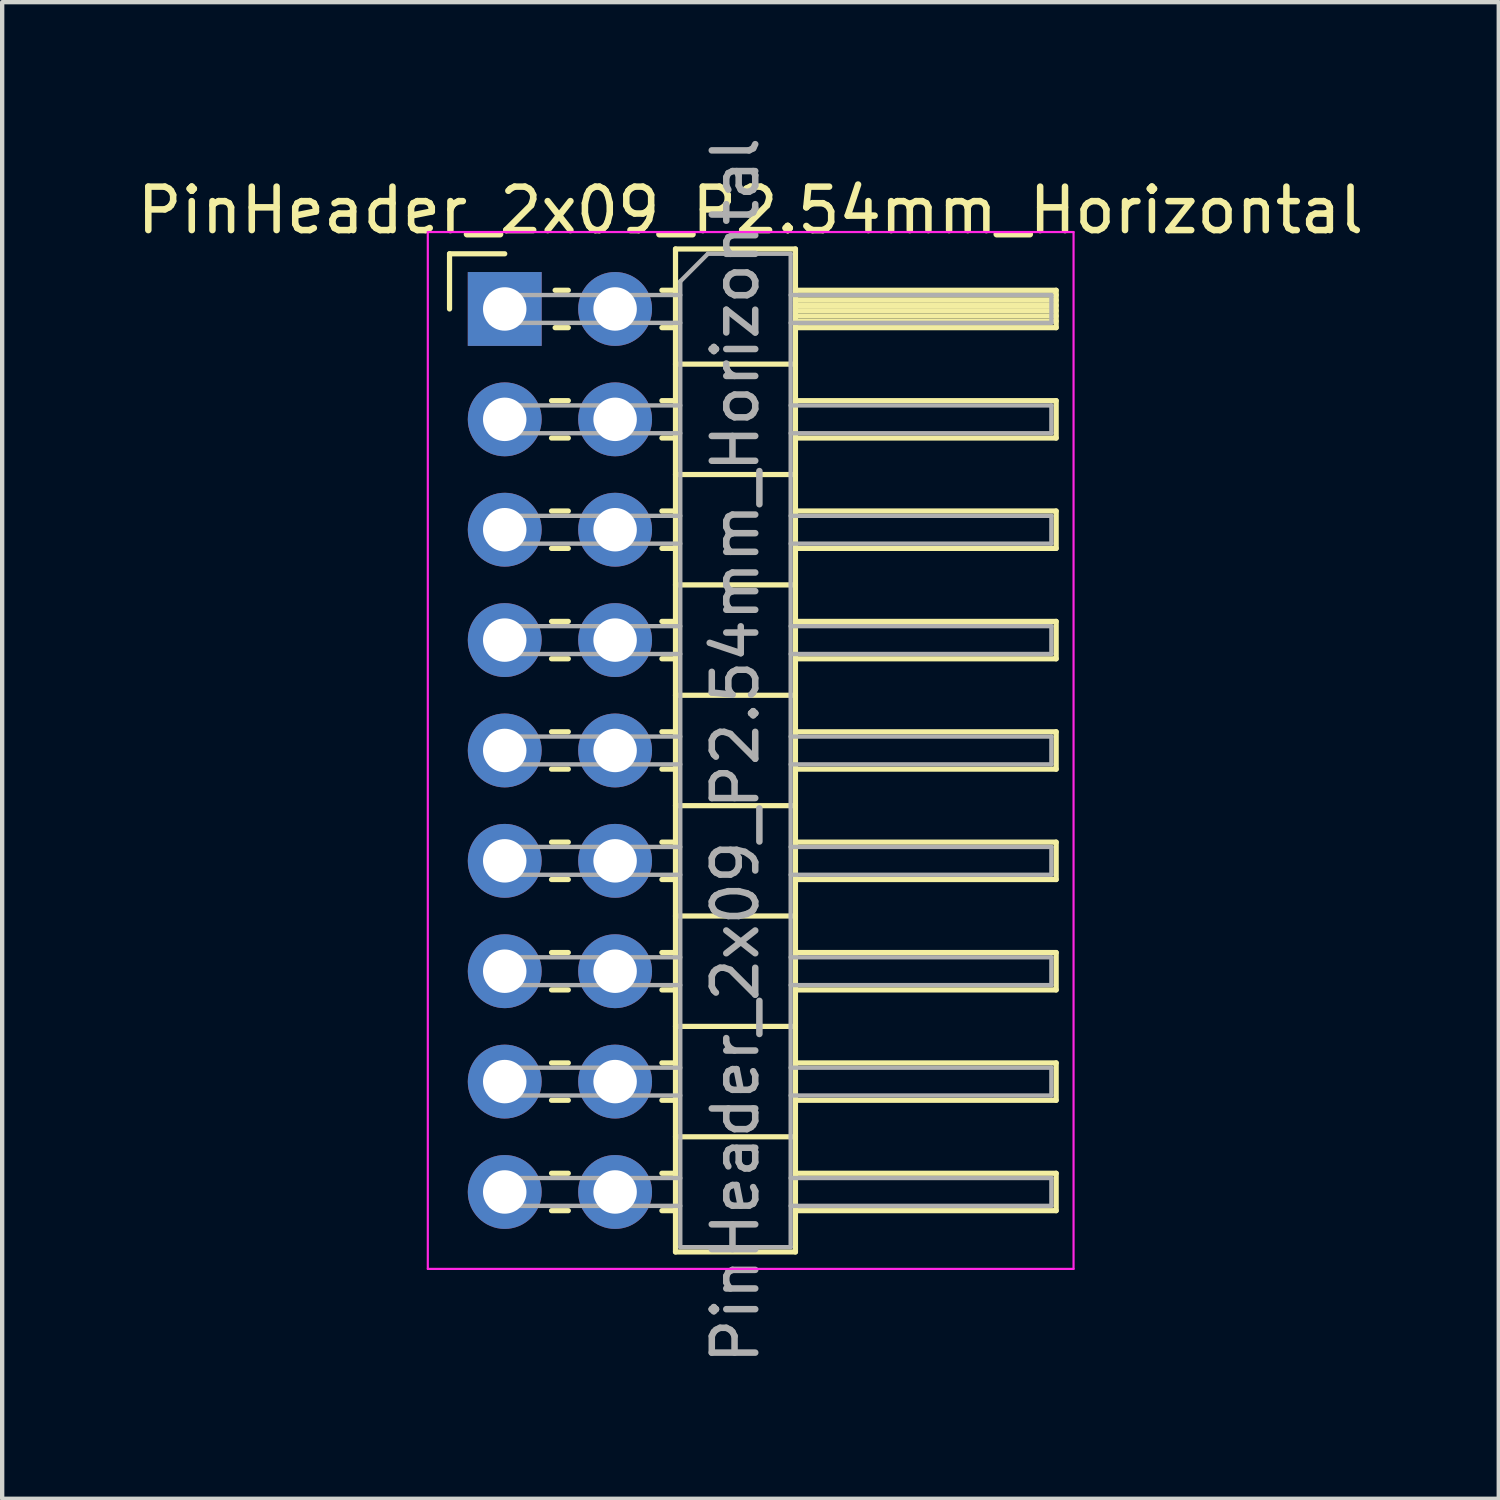
<source format=kicad_pcb>
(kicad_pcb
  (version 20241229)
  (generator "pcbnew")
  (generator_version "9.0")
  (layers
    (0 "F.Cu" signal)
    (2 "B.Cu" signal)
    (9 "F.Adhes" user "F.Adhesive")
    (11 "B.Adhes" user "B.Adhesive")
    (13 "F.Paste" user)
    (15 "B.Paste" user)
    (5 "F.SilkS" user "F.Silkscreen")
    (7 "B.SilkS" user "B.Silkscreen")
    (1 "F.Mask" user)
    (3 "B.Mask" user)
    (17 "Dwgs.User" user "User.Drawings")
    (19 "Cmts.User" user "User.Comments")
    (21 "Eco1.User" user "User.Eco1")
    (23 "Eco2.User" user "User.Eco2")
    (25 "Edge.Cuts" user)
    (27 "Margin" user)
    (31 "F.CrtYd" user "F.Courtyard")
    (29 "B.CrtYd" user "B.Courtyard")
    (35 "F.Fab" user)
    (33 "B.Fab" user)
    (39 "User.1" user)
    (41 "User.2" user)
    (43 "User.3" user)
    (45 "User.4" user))
  (footprint "PinHeader_2x09_P2.54mm_Horizontal"
    (layer "F.Cu")
    (at 8.565 4.06)
    (property "Reference" "PinHeader_2x09_P2.54mm_Horizontal" (at 5.655 -2.27 0) (layer "F.SilkS") (effects (font (size 1 1) (thickness 0.15))))
    (attr through_hole)
    (fp_line (start -1.27 -1.27) (end 0 -1.27) (stroke (width 0.12) (type solid)) (layer "F.SilkS"))
    (fp_line (start -1.27 0) (end -1.27 -1.27) (stroke (width 0.12) (type solid)) (layer "F.SilkS"))
    (fp_line (start 1.077 2.11) (end 1.463 2.11) (stroke (width 0.12) (type solid)) (layer "F.SilkS"))
    (fp_line (start 1.077 2.97) (end 1.463 2.97) (stroke (width 0.12) (type solid)) (layer "F.SilkS"))
    (fp_line (start 1.077 4.65) (end 1.463 4.65) (stroke (width 0.12) (type solid)) (layer "F.SilkS"))
    (fp_line (start 1.077 5.51) (end 1.463 5.51) (stroke (width 0.12) (type solid)) (layer "F.SilkS"))
    (fp_line (start 1.077 7.19) (end 1.463 7.19) (stroke (width 0.12) (type solid)) (layer "F.SilkS"))
    (fp_line (start 1.077 8.05) (end 1.463 8.05) (stroke (width 0.12) (type solid)) (layer "F.SilkS"))
    (fp_line (start 1.077 9.73) (end 1.463 9.73) (stroke (width 0.12) (type solid)) (layer "F.SilkS"))
    (fp_line (start 1.077 10.59) (end 1.463 10.59) (stroke (width 0.12) (type solid)) (layer "F.SilkS"))
    (fp_line (start 1.077 12.27) (end 1.463 12.27) (stroke (width 0.12) (type solid)) (layer "F.SilkS"))
    (fp_line (start 1.077 13.13) (end 1.463 13.13) (stroke (width 0.12) (type solid)) (layer "F.SilkS"))
    (fp_line (start 1.077 14.81) (end 1.463 14.81) (stroke (width 0.12) (type solid)) (layer "F.SilkS"))
    (fp_line (start 1.077 15.67) (end 1.463 15.67) (stroke (width 0.12) (type solid)) (layer "F.SilkS"))
    (fp_line (start 1.077 17.35) (end 1.463 17.35) (stroke (width 0.12) (type solid)) (layer "F.SilkS"))
    (fp_line (start 1.077 18.21) (end 1.463 18.21) (stroke (width 0.12) (type solid)) (layer "F.SilkS"))
    (fp_line (start 1.077 19.89) (end 1.463 19.89) (stroke (width 0.12) (type solid)) (layer "F.SilkS"))
    (fp_line (start 1.077 20.75) (end 1.463 20.75) (stroke (width 0.12) (type solid)) (layer "F.SilkS"))
    (fp_line (start 1.16 -0.43) (end 1.463 -0.43) (stroke (width 0.12) (type solid)) (layer "F.SilkS"))
    (fp_line (start 1.16 0.43) (end 1.463 0.43) (stroke (width 0.12) (type solid)) (layer "F.SilkS"))
    (fp_line (start 3.617 -0.43) (end 3.93 -0.43) (stroke (width 0.12) (type solid)) (layer "F.SilkS"))
    (fp_line (start 3.617 0.43) (end 3.93 0.43) (stroke (width 0.12) (type solid)) (layer "F.SilkS"))
    (fp_line (start 3.617 2.11) (end 3.93 2.11) (stroke (width 0.12) (type solid)) (layer "F.SilkS"))
    (fp_line (start 3.617 2.97) (end 3.93 2.97) (stroke (width 0.12) (type solid)) (layer "F.SilkS"))
    (fp_line (start 3.617 4.65) (end 3.93 4.65) (stroke (width 0.12) (type solid)) (layer "F.SilkS"))
    (fp_line (start 3.617 5.51) (end 3.93 5.51) (stroke (width 0.12) (type solid)) (layer "F.SilkS"))
    (fp_line (start 3.617 7.19) (end 3.93 7.19) (stroke (width 0.12) (type solid)) (layer "F.SilkS"))
    (fp_line (start 3.617 8.05) (end 3.93 8.05) (stroke (width 0.12) (type solid)) (layer "F.SilkS"))
    (fp_line (start 3.617 9.73) (end 3.93 9.73) (stroke (width 0.12) (type solid)) (layer "F.SilkS"))
    (fp_line (start 3.617 10.59) (end 3.93 10.59) (stroke (width 0.12) (type solid)) (layer "F.SilkS"))
    (fp_line (start 3.617 12.27) (end 3.93 12.27) (stroke (width 0.12) (type solid)) (layer "F.SilkS"))
    (fp_line (start 3.617 13.13) (end 3.93 13.13) (stroke (width 0.12) (type solid)) (layer "F.SilkS"))
    (fp_line (start 3.617 14.81) (end 3.93 14.81) (stroke (width 0.12) (type solid)) (layer "F.SilkS"))
    (fp_line (start 3.617 15.67) (end 3.93 15.67) (stroke (width 0.12) (type solid)) (layer "F.SilkS"))
    (fp_line (start 3.617 17.35) (end 3.93 17.35) (stroke (width 0.12) (type solid)) (layer "F.SilkS"))
    (fp_line (start 3.617 18.21) (end 3.93 18.21) (stroke (width 0.12) (type solid)) (layer "F.SilkS"))
    (fp_line (start 3.617 19.89) (end 3.93 19.89) (stroke (width 0.12) (type solid)) (layer "F.SilkS"))
    (fp_line (start 3.617 20.75) (end 3.93 20.75) (stroke (width 0.12) (type solid)) (layer "F.SilkS"))
    (fp_line (start 3.93 -1.38) (end 3.93 21.7) (stroke (width 0.12) (type solid)) (layer "F.SilkS"))
    (fp_line (start 3.93 1.27) (end 6.69 1.27) (stroke (width 0.12) (type solid)) (layer "F.SilkS"))
    (fp_line (start 3.93 3.81) (end 6.69 3.81) (stroke (width 0.12) (type solid)) (layer "F.SilkS"))
    (fp_line (start 3.93 6.35) (end 6.69 6.35) (stroke (width 0.12) (type solid)) (layer "F.SilkS"))
    (fp_line (start 3.93 8.89) (end 6.69 8.89) (stroke (width 0.12) (type solid)) (layer "F.SilkS"))
    (fp_line (start 3.93 11.43) (end 6.69 11.43) (stroke (width 0.12) (type solid)) (layer "F.SilkS"))
    (fp_line (start 3.93 13.97) (end 6.69 13.97) (stroke (width 0.12) (type solid)) (layer "F.SilkS"))
    (fp_line (start 3.93 16.51) (end 6.69 16.51) (stroke (width 0.12) (type solid)) (layer "F.SilkS"))
    (fp_line (start 3.93 19.05) (end 6.69 19.05) (stroke (width 0.12) (type solid)) (layer "F.SilkS"))
    (fp_line (start 3.93 21.7) (end 6.69 21.7) (stroke (width 0.12) (type solid)) (layer "F.SilkS"))
    (fp_line (start 6.69 -1.38) (end 3.93 -1.38) (stroke (width 0.12) (type solid)) (layer "F.SilkS"))
    (fp_line (start 6.69 -0.43) (end 12.69 -0.43) (stroke (width 0.12) (type solid)) (layer "F.SilkS"))
    (fp_line (start 6.69 -0.32) (end 12.69 -0.32) (stroke (width 0.12) (type solid)) (layer "F.SilkS"))
    (fp_line (start 6.69 -0.2) (end 12.69 -0.2) (stroke (width 0.12) (type solid)) (layer "F.SilkS"))
    (fp_line (start 6.69 -0.08) (end 12.69 -0.08) (stroke (width 0.12) (type solid)) (layer "F.SilkS"))
    (fp_line (start 6.69 0.04) (end 12.69 0.04) (stroke (width 0.12) (type solid)) (layer "F.SilkS"))
    (fp_line (start 6.69 0.16) (end 12.69 0.16) (stroke (width 0.12) (type solid)) (layer "F.SilkS"))
    (fp_line (start 6.69 0.28) (end 12.69 0.28) (stroke (width 0.12) (type solid)) (layer "F.SilkS"))
    (fp_line (start 6.69 2.11) (end 12.69 2.11) (stroke (width 0.12) (type solid)) (layer "F.SilkS"))
    (fp_line (start 6.69 4.65) (end 12.69 4.65) (stroke (width 0.12) (type solid)) (layer "F.SilkS"))
    (fp_line (start 6.69 7.19) (end 12.69 7.19) (stroke (width 0.12) (type solid)) (layer "F.SilkS"))
    (fp_line (start 6.69 9.73) (end 12.69 9.73) (stroke (width 0.12) (type solid)) (layer "F.SilkS"))
    (fp_line (start 6.69 12.27) (end 12.69 12.27) (stroke (width 0.12) (type solid)) (layer "F.SilkS"))
    (fp_line (start 6.69 14.81) (end 12.69 14.81) (stroke (width 0.12) (type solid)) (layer "F.SilkS"))
    (fp_line (start 6.69 17.35) (end 12.69 17.35) (stroke (width 0.12) (type solid)) (layer "F.SilkS"))
    (fp_line (start 6.69 19.89) (end 12.69 19.89) (stroke (width 0.12) (type solid)) (layer "F.SilkS"))
    (fp_line (start 6.69 21.7) (end 6.69 -1.38) (stroke (width 0.12) (type solid)) (layer "F.SilkS"))
    (fp_line (start 12.69 -0.43) (end 12.69 0.43) (stroke (width 0.12) (type solid)) (layer "F.SilkS"))
    (fp_line (start 12.69 0.43) (end 6.69 0.43) (stroke (width 0.12) (type solid)) (layer "F.SilkS"))
    (fp_line (start 12.69 2.11) (end 12.69 2.97) (stroke (width 0.12) (type solid)) (layer "F.SilkS"))
    (fp_line (start 12.69 2.97) (end 6.69 2.97) (stroke (width 0.12) (type solid)) (layer "F.SilkS"))
    (fp_line (start 12.69 4.65) (end 12.69 5.51) (stroke (width 0.12) (type solid)) (layer "F.SilkS"))
    (fp_line (start 12.69 5.51) (end 6.69 5.51) (stroke (width 0.12) (type solid)) (layer "F.SilkS"))
    (fp_line (start 12.69 7.19) (end 12.69 8.05) (stroke (width 0.12) (type solid)) (layer "F.SilkS"))
    (fp_line (start 12.69 8.05) (end 6.69 8.05) (stroke (width 0.12) (type solid)) (layer "F.SilkS"))
    (fp_line (start 12.69 9.73) (end 12.69 10.59) (stroke (width 0.12) (type solid)) (layer "F.SilkS"))
    (fp_line (start 12.69 10.59) (end 6.69 10.59) (stroke (width 0.12) (type solid)) (layer "F.SilkS"))
    (fp_line (start 12.69 12.27) (end 12.69 13.13) (stroke (width 0.12) (type solid)) (layer "F.SilkS"))
    (fp_line (start 12.69 13.13) (end 6.69 13.13) (stroke (width 0.12) (type solid)) (layer "F.SilkS"))
    (fp_line (start 12.69 14.81) (end 12.69 15.67) (stroke (width 0.12) (type solid)) (layer "F.SilkS"))
    (fp_line (start 12.69 15.67) (end 6.69 15.67) (stroke (width 0.12) (type solid)) (layer "F.SilkS"))
    (fp_line (start 12.69 17.35) (end 12.69 18.21) (stroke (width 0.12) (type solid)) (layer "F.SilkS"))
    (fp_line (start 12.69 18.21) (end 6.69 18.21) (stroke (width 0.12) (type solid)) (layer "F.SilkS"))
    (fp_line (start 12.69 19.89) (end 12.69 20.75) (stroke (width 0.12) (type solid)) (layer "F.SilkS"))
    (fp_line (start 12.69 20.75) (end 6.69 20.75) (stroke (width 0.12) (type solid)) (layer "F.SilkS"))
    (fp_line (start -1.77 -1.77) (end -1.77 22.09) (stroke (width 0.05) (type solid)) (layer "F.CrtYd"))
    (fp_line (start -1.77 22.09) (end 13.09 22.09) (stroke (width 0.05) (type solid)) (layer "F.CrtYd"))
    (fp_line (start 13.09 -1.77) (end -1.77 -1.77) (stroke (width 0.05) (type solid)) (layer "F.CrtYd"))
    (fp_line (start 13.09 22.09) (end 13.09 -1.77) (stroke (width 0.05) (type solid)) (layer "F.CrtYd"))
    (fp_line (start -0.32 -0.32) (end -0.32 0.32) (stroke (width 0.1) (type solid)) (layer "F.Fab"))
    (fp_line (start -0.32 -0.32) (end 4.04 -0.32) (stroke (width 0.1) (type solid)) (layer "F.Fab"))
    (fp_line (start -0.32 0.32) (end 4.04 0.32) (stroke (width 0.1) (type solid)) (layer "F.Fab"))
    (fp_line (start -0.32 2.22) (end -0.32 2.86) (stroke (width 0.1) (type solid)) (layer "F.Fab"))
    (fp_line (start -0.32 2.22) (end 4.04 2.22) (stroke (width 0.1) (type solid)) (layer "F.Fab"))
    (fp_line (start -0.32 2.86) (end 4.04 2.86) (stroke (width 0.1) (type solid)) (layer "F.Fab"))
    (fp_line (start -0.32 4.76) (end -0.32 5.4) (stroke (width 0.1) (type solid)) (layer "F.Fab"))
    (fp_line (start -0.32 4.76) (end 4.04 4.76) (stroke (width 0.1) (type solid)) (layer "F.Fab"))
    (fp_line (start -0.32 5.4) (end 4.04 5.4) (stroke (width 0.1) (type solid)) (layer "F.Fab"))
    (fp_line (start -0.32 7.3) (end -0.32 7.94) (stroke (width 0.1) (type solid)) (layer "F.Fab"))
    (fp_line (start -0.32 7.3) (end 4.04 7.3) (stroke (width 0.1) (type solid)) (layer "F.Fab"))
    (fp_line (start -0.32 7.94) (end 4.04 7.94) (stroke (width 0.1) (type solid)) (layer "F.Fab"))
    (fp_line (start -0.32 9.84) (end -0.32 10.48) (stroke (width 0.1) (type solid)) (layer "F.Fab"))
    (fp_line (start -0.32 9.84) (end 4.04 9.84) (stroke (width 0.1) (type solid)) (layer "F.Fab"))
    (fp_line (start -0.32 10.48) (end 4.04 10.48) (stroke (width 0.1) (type solid)) (layer "F.Fab"))
    (fp_line (start -0.32 12.38) (end -0.32 13.02) (stroke (width 0.1) (type solid)) (layer "F.Fab"))
    (fp_line (start -0.32 12.38) (end 4.04 12.38) (stroke (width 0.1) (type solid)) (layer "F.Fab"))
    (fp_line (start -0.32 13.02) (end 4.04 13.02) (stroke (width 0.1) (type solid)) (layer "F.Fab"))
    (fp_line (start -0.32 14.92) (end -0.32 15.56) (stroke (width 0.1) (type solid)) (layer "F.Fab"))
    (fp_line (start -0.32 14.92) (end 4.04 14.92) (stroke (width 0.1) (type solid)) (layer "F.Fab"))
    (fp_line (start -0.32 15.56) (end 4.04 15.56) (stroke (width 0.1) (type solid)) (layer "F.Fab"))
    (fp_line (start -0.32 17.46) (end -0.32 18.1) (stroke (width 0.1) (type solid)) (layer "F.Fab"))
    (fp_line (start -0.32 17.46) (end 4.04 17.46) (stroke (width 0.1) (type solid)) (layer "F.Fab"))
    (fp_line (start -0.32 18.1) (end 4.04 18.1) (stroke (width 0.1) (type solid)) (layer "F.Fab"))
    (fp_line (start -0.32 20) (end -0.32 20.64) (stroke (width 0.1) (type solid)) (layer "F.Fab"))
    (fp_line (start -0.32 20) (end 4.04 20) (stroke (width 0.1) (type solid)) (layer "F.Fab"))
    (fp_line (start -0.32 20.64) (end 4.04 20.64) (stroke (width 0.1) (type solid)) (layer "F.Fab"))
    (fp_line (start 4.04 -0.635) (end 4.675 -1.27) (stroke (width 0.1) (type solid)) (layer "F.Fab"))
    (fp_line (start 4.04 21.59) (end 4.04 -0.635) (stroke (width 0.1) (type solid)) (layer "F.Fab"))
    (fp_line (start 4.675 -1.27) (end 6.58 -1.27) (stroke (width 0.1) (type solid)) (layer "F.Fab"))
    (fp_line (start 6.58 -1.27) (end 6.58 21.59) (stroke (width 0.1) (type solid)) (layer "F.Fab"))
    (fp_line (start 6.58 -0.32) (end 12.58 -0.32) (stroke (width 0.1) (type solid)) (layer "F.Fab"))
    (fp_line (start 6.58 0.32) (end 12.58 0.32) (stroke (width 0.1) (type solid)) (layer "F.Fab"))
    (fp_line (start 6.58 2.22) (end 12.58 2.22) (stroke (width 0.1) (type solid)) (layer "F.Fab"))
    (fp_line (start 6.58 2.86) (end 12.58 2.86) (stroke (width 0.1) (type solid)) (layer "F.Fab"))
    (fp_line (start 6.58 4.76) (end 12.58 4.76) (stroke (width 0.1) (type solid)) (layer "F.Fab"))
    (fp_line (start 6.58 5.4) (end 12.58 5.4) (stroke (width 0.1) (type solid)) (layer "F.Fab"))
    (fp_line (start 6.58 7.3) (end 12.58 7.3) (stroke (width 0.1) (type solid)) (layer "F.Fab"))
    (fp_line (start 6.58 7.94) (end 12.58 7.94) (stroke (width 0.1) (type solid)) (layer "F.Fab"))
    (fp_line (start 6.58 9.84) (end 12.58 9.84) (stroke (width 0.1) (type solid)) (layer "F.Fab"))
    (fp_line (start 6.58 10.48) (end 12.58 10.48) (stroke (width 0.1) (type solid)) (layer "F.Fab"))
    (fp_line (start 6.58 12.38) (end 12.58 12.38) (stroke (width 0.1) (type solid)) (layer "F.Fab"))
    (fp_line (start 6.58 13.02) (end 12.58 13.02) (stroke (width 0.1) (type solid)) (layer "F.Fab"))
    (fp_line (start 6.58 14.92) (end 12.58 14.92) (stroke (width 0.1) (type solid)) (layer "F.Fab"))
    (fp_line (start 6.58 15.56) (end 12.58 15.56) (stroke (width 0.1) (type solid)) (layer "F.Fab"))
    (fp_line (start 6.58 17.46) (end 12.58 17.46) (stroke (width 0.1) (type solid)) (layer "F.Fab"))
    (fp_line (start 6.58 18.1) (end 12.58 18.1) (stroke (width 0.1) (type solid)) (layer "F.Fab"))
    (fp_line (start 6.58 20) (end 12.58 20) (stroke (width 0.1) (type solid)) (layer "F.Fab"))
    (fp_line (start 6.58 20.64) (end 12.58 20.64) (stroke (width 0.1) (type solid)) (layer "F.Fab"))
    (fp_line (start 6.58 21.59) (end 4.04 21.59) (stroke (width 0.1) (type solid)) (layer "F.Fab"))
    (fp_line (start 12.58 -0.32) (end 12.58 0.32) (stroke (width 0.1) (type solid)) (layer "F.Fab"))
    (fp_line (start 12.58 2.22) (end 12.58 2.86) (stroke (width 0.1) (type solid)) (layer "F.Fab"))
    (fp_line (start 12.58 4.76) (end 12.58 5.4) (stroke (width 0.1) (type solid)) (layer "F.Fab"))
    (fp_line (start 12.58 7.3) (end 12.58 7.94) (stroke (width 0.1) (type solid)) (layer "F.Fab"))
    (fp_line (start 12.58 9.84) (end 12.58 10.48) (stroke (width 0.1) (type solid)) (layer "F.Fab"))
    (fp_line (start 12.58 12.38) (end 12.58 13.02) (stroke (width 0.1) (type solid)) (layer "F.Fab"))
    (fp_line (start 12.58 14.92) (end 12.58 15.56) (stroke (width 0.1) (type solid)) (layer "F.Fab"))
    (fp_line (start 12.58 17.46) (end 12.58 18.1) (stroke (width 0.1) (type solid)) (layer "F.Fab"))
    (fp_line (start 12.58 20) (end 12.58 20.64) (stroke (width 0.1) (type solid)) (layer "F.Fab"))
    (fp_text user "${REFERENCE}" (at 5.31 10.16 90) (layer "F.Fab") (effects (font (size 1 1) (thickness 0.15))))
    (pad "1" thru_hole rect (at 0 0) (size 1.7 1.7) (drill 1) (layers "*.Cu" "*.Mask"))
    (pad "2" thru_hole circle (at 2.54 0) (size 1.7 1.7) (drill 1) (layers "*.Cu" "*.Mask"))
    (pad "3" thru_hole circle (at 0 2.54) (size 1.7 1.7) (drill 1) (layers "*.Cu" "*.Mask"))
    (pad "4" thru_hole circle (at 2.54 2.54) (size 1.7 1.7) (drill 1) (layers "*.Cu" "*.Mask"))
    (pad "5" thru_hole circle (at 0 5.08) (size 1.7 1.7) (drill 1) (layers "*.Cu" "*.Mask"))
    (pad "6" thru_hole circle (at 2.54 5.08) (size 1.7 1.7) (drill 1) (layers "*.Cu" "*.Mask"))
    (pad "7" thru_hole circle (at 0 7.62) (size 1.7 1.7) (drill 1) (layers "*.Cu" "*.Mask"))
    (pad "8" thru_hole circle (at 2.54 7.62) (size 1.7 1.7) (drill 1) (layers "*.Cu" "*.Mask"))
    (pad "9" thru_hole circle (at 0 10.16) (size 1.7 1.7) (drill 1) (layers "*.Cu" "*.Mask"))
    (pad "10" thru_hole circle (at 2.54 10.16) (size 1.7 1.7) (drill 1) (layers "*.Cu" "*.Mask"))
    (pad "11" thru_hole circle (at 0 12.7) (size 1.7 1.7) (drill 1) (layers "*.Cu" "*.Mask"))
    (pad "12" thru_hole circle (at 2.54 12.7) (size 1.7 1.7) (drill 1) (layers "*.Cu" "*.Mask"))
    (pad "13" thru_hole circle (at 0 15.24) (size 1.7 1.7) (drill 1) (layers "*.Cu" "*.Mask"))
    (pad "14" thru_hole circle (at 2.54 15.24) (size 1.7 1.7) (drill 1) (layers "*.Cu" "*.Mask"))
    (pad "15" thru_hole circle (at 0 17.78) (size 1.7 1.7) (drill 1) (layers "*.Cu" "*.Mask"))
    (pad "16" thru_hole circle (at 2.54 17.78) (size 1.7 1.7) (drill 1) (layers "*.Cu" "*.Mask"))
    (pad "17" thru_hole circle (at 0 20.32) (size 1.7 1.7) (drill 1) (layers "*.Cu" "*.Mask"))
    (pad "18" thru_hole circle (at 2.54 20.32) (size 1.7 1.7) (drill 1) (layers "*.Cu" "*.Mask")))
  (gr_rect
    (start -3 -3)
    (end 31.44 31.44)
    (stroke (width 0.1) (type default))
    (fill no)
    (layer "Edge.Cuts")))
</source>
